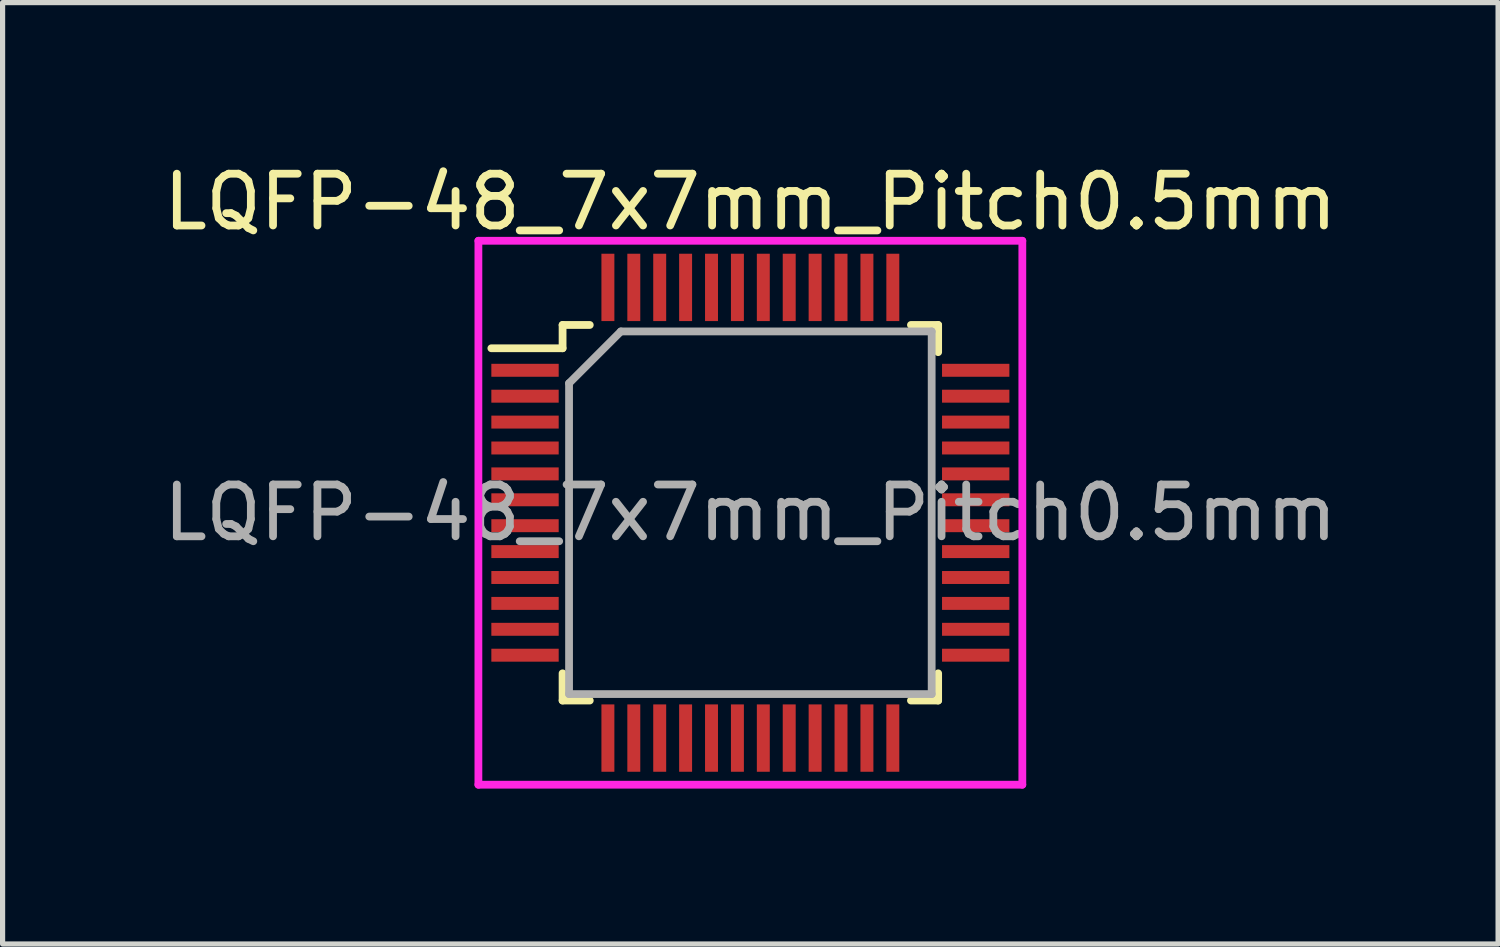
<source format=kicad_pcb>
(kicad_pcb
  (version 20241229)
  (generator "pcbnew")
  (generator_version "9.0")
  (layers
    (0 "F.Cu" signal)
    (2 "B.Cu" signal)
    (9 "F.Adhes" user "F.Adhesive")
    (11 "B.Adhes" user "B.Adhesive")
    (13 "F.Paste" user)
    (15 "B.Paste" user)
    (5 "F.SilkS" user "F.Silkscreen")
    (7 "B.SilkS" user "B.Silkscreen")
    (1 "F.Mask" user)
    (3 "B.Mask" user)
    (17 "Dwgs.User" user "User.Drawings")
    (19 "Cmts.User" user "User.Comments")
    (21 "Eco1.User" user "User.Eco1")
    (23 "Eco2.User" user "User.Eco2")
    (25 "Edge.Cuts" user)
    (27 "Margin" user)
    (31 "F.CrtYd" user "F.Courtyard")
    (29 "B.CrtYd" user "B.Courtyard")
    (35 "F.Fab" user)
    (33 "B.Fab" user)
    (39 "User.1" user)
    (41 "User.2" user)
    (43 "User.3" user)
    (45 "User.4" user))
  (footprint "LQFP-48_7x7mm_Pitch0.5mm"
    (layer "F.Cu")
    (at 11.435 6.848)
    (property "Reference" "LQFP-48_7x7mm_Pitch0.5mm" (at 0 -6 0) (layer "F.SilkS") (effects (font (size 1 1) (thickness 0.15))))
    (attr smd)
    (fp_line (start -3.625 -3.625) (end -3.625 -3.175) (stroke (width 0.15) (type solid)) (layer "F.SilkS"))
    (fp_line (start -3.625 -3.625) (end -3.1 -3.625) (stroke (width 0.15) (type solid)) (layer "F.SilkS"))
    (fp_line (start -3.625 -3.175) (end -5 -3.175) (stroke (width 0.15) (type solid)) (layer "F.SilkS"))
    (fp_line (start -3.625 3.625) (end -3.625 3.1) (stroke (width 0.15) (type solid)) (layer "F.SilkS"))
    (fp_line (start -3.625 3.625) (end -3.1 3.625) (stroke (width 0.15) (type solid)) (layer "F.SilkS"))
    (fp_line (start 3.625 -3.625) (end 3.1 -3.625) (stroke (width 0.15) (type solid)) (layer "F.SilkS"))
    (fp_line (start 3.625 -3.625) (end 3.625 -3.1) (stroke (width 0.15) (type solid)) (layer "F.SilkS"))
    (fp_line (start 3.625 3.625) (end 3.1 3.625) (stroke (width 0.15) (type solid)) (layer "F.SilkS"))
    (fp_line (start 3.625 3.625) (end 3.625 3.1) (stroke (width 0.15) (type solid)) (layer "F.SilkS"))
    (fp_line (start -5.25 -5.25) (end -5.25 5.25) (stroke (width 0.15) (type solid)) (layer "F.CrtYd"))
    (fp_line (start -5.25 -5.25) (end 5.25 -5.25) (stroke (width 0.15) (type solid)) (layer "F.CrtYd"))
    (fp_line (start -5.25 5.25) (end 5.25 5.25) (stroke (width 0.15) (type solid)) (layer "F.CrtYd"))
    (fp_line (start 5.25 -5.25) (end 5.25 5.25) (stroke (width 0.15) (type solid)) (layer "F.CrtYd"))
    (fp_line (start -3.5 -2.5) (end -2.5 -3.5) (stroke (width 0.15) (type solid)) (layer "F.Fab"))
    (fp_line (start -3.5 3.5) (end -3.5 -2.5) (stroke (width 0.15) (type solid)) (layer "F.Fab"))
    (fp_line (start -2.5 -3.5) (end 3.5 -3.5) (stroke (width 0.15) (type solid)) (layer "F.Fab"))
    (fp_line (start 3.5 -3.5) (end 3.5 3.5) (stroke (width 0.15) (type solid)) (layer "F.Fab"))
    (fp_line (start 3.5 3.5) (end -3.5 3.5) (stroke (width 0.15) (type solid)) (layer "F.Fab"))
    (fp_text user "${REFERENCE}" (at 0 0 0) (layer "F.Fab") (effects (font (size 1 1) (thickness 0.15))))
    (pad "1" smd rect (at -4.35 -2.75) (size 1.3 0.25) (layers "F.Cu" "F.Mask" "F.Paste"))
    (pad "2" smd rect (at -4.35 -2.25) (size 1.3 0.25) (layers "F.Cu" "F.Mask" "F.Paste"))
    (pad "3" smd rect (at -4.35 -1.75) (size 1.3 0.25) (layers "F.Cu" "F.Mask" "F.Paste"))
    (pad "4" smd rect (at -4.35 -1.25) (size 1.3 0.25) (layers "F.Cu" "F.Mask" "F.Paste"))
    (pad "5" smd rect (at -4.35 -0.75) (size 1.3 0.25) (layers "F.Cu" "F.Mask" "F.Paste"))
    (pad "6" smd rect (at -4.35 -0.25) (size 1.3 0.25) (layers "F.Cu" "F.Mask" "F.Paste"))
    (pad "7" smd rect (at -4.35 0.25) (size 1.3 0.25) (layers "F.Cu" "F.Mask" "F.Paste"))
    (pad "8" smd rect (at -4.35 0.75) (size 1.3 0.25) (layers "F.Cu" "F.Mask" "F.Paste"))
    (pad "9" smd rect (at -4.35 1.25) (size 1.3 0.25) (layers "F.Cu" "F.Mask" "F.Paste"))
    (pad "10" smd rect (at -4.35 1.75) (size 1.3 0.25) (layers "F.Cu" "F.Mask" "F.Paste"))
    (pad "11" smd rect (at -4.35 2.25) (size 1.3 0.25) (layers "F.Cu" "F.Mask" "F.Paste"))
    (pad "12" smd rect (at -4.35 2.75) (size 1.3 0.25) (layers "F.Cu" "F.Mask" "F.Paste"))
    (pad "13" smd rect (at -2.75 4.35 90) (size 1.3 0.25) (layers "F.Cu" "F.Mask" "F.Paste"))
    (pad "14" smd rect (at -2.25 4.35 90) (size 1.3 0.25) (layers "F.Cu" "F.Mask" "F.Paste"))
    (pad "15" smd rect (at -1.75 4.35 90) (size 1.3 0.25) (layers "F.Cu" "F.Mask" "F.Paste"))
    (pad "16" smd rect (at -1.25 4.35 90) (size 1.3 0.25) (layers "F.Cu" "F.Mask" "F.Paste"))
    (pad "17" smd rect (at -0.75 4.35 90) (size 1.3 0.25) (layers "F.Cu" "F.Mask" "F.Paste"))
    (pad "18" smd rect (at -0.25 4.35 90) (size 1.3 0.25) (layers "F.Cu" "F.Mask" "F.Paste"))
    (pad "19" smd rect (at 0.25 4.35 90) (size 1.3 0.25) (layers "F.Cu" "F.Mask" "F.Paste"))
    (pad "20" smd rect (at 0.75 4.35 90) (size 1.3 0.25) (layers "F.Cu" "F.Mask" "F.Paste"))
    (pad "21" smd rect (at 1.25 4.35 90) (size 1.3 0.25) (layers "F.Cu" "F.Mask" "F.Paste"))
    (pad "22" smd rect (at 1.75 4.35 90) (size 1.3 0.25) (layers "F.Cu" "F.Mask" "F.Paste"))
    (pad "23" smd rect (at 2.25 4.35 90) (size 1.3 0.25) (layers "F.Cu" "F.Mask" "F.Paste"))
    (pad "24" smd rect (at 2.75 4.35 90) (size 1.3 0.25) (layers "F.Cu" "F.Mask" "F.Paste"))
    (pad "25" smd rect (at 4.35 2.75) (size 1.3 0.25) (layers "F.Cu" "F.Mask" "F.Paste"))
    (pad "26" smd rect (at 4.35 2.25) (size 1.3 0.25) (layers "F.Cu" "F.Mask" "F.Paste"))
    (pad "27" smd rect (at 4.35 1.75) (size 1.3 0.25) (layers "F.Cu" "F.Mask" "F.Paste"))
    (pad "28" smd rect (at 4.35 1.25) (size 1.3 0.25) (layers "F.Cu" "F.Mask" "F.Paste"))
    (pad "29" smd rect (at 4.35 0.75) (size 1.3 0.25) (layers "F.Cu" "F.Mask" "F.Paste"))
    (pad "30" smd rect (at 4.35 0.25) (size 1.3 0.25) (layers "F.Cu" "F.Mask" "F.Paste"))
    (pad "31" smd rect (at 4.35 -0.25) (size 1.3 0.25) (layers "F.Cu" "F.Mask" "F.Paste"))
    (pad "32" smd rect (at 4.35 -0.75) (size 1.3 0.25) (layers "F.Cu" "F.Mask" "F.Paste"))
    (pad "33" smd rect (at 4.35 -1.25) (size 1.3 0.25) (layers "F.Cu" "F.Mask" "F.Paste"))
    (pad "34" smd rect (at 4.35 -1.75) (size 1.3 0.25) (layers "F.Cu" "F.Mask" "F.Paste"))
    (pad "35" smd rect (at 4.35 -2.25) (size 1.3 0.25) (layers "F.Cu" "F.Mask" "F.Paste"))
    (pad "36" smd rect (at 4.35 -2.75) (size 1.3 0.25) (layers "F.Cu" "F.Mask" "F.Paste"))
    (pad "37" smd rect (at 2.75 -4.35 90) (size 1.3 0.25) (layers "F.Cu" "F.Mask" "F.Paste"))
    (pad "38" smd rect (at 2.25 -4.35 90) (size 1.3 0.25) (layers "F.Cu" "F.Mask" "F.Paste"))
    (pad "39" smd rect (at 1.75 -4.35 90) (size 1.3 0.25) (layers "F.Cu" "F.Mask" "F.Paste"))
    (pad "40" smd rect (at 1.25 -4.35 90) (size 1.3 0.25) (layers "F.Cu" "F.Mask" "F.Paste"))
    (pad "41" smd rect (at 0.75 -4.35 90) (size 1.3 0.25) (layers "F.Cu" "F.Mask" "F.Paste"))
    (pad "42" smd rect (at 0.25 -4.35 90) (size 1.3 0.25) (layers "F.Cu" "F.Mask" "F.Paste"))
    (pad "43" smd rect (at -0.25 -4.35 90) (size 1.3 0.25) (layers "F.Cu" "F.Mask" "F.Paste"))
    (pad "44" smd rect (at -0.75 -4.35 90) (size 1.3 0.25) (layers "F.Cu" "F.Mask" "F.Paste"))
    (pad "45" smd rect (at -1.25 -4.35 90) (size 1.3 0.25) (layers "F.Cu" "F.Mask" "F.Paste"))
    (pad "46" smd rect (at -1.75 -4.35 90) (size 1.3 0.25) (layers "F.Cu" "F.Mask" "F.Paste"))
    (pad "47" smd rect (at -2.25 -4.35 90) (size 1.3 0.25) (layers "F.Cu" "F.Mask" "F.Paste"))
    (pad "48" smd rect (at -2.75 -4.35 90) (size 1.3 0.25) (layers "F.Cu" "F.Mask" "F.Paste")))
  (gr_rect
    (start -3 -3)
    (end 25.869 15.173)
    (stroke (width 0.1) (type default))
    (fill no)
    (layer "Edge.Cuts")))
</source>
